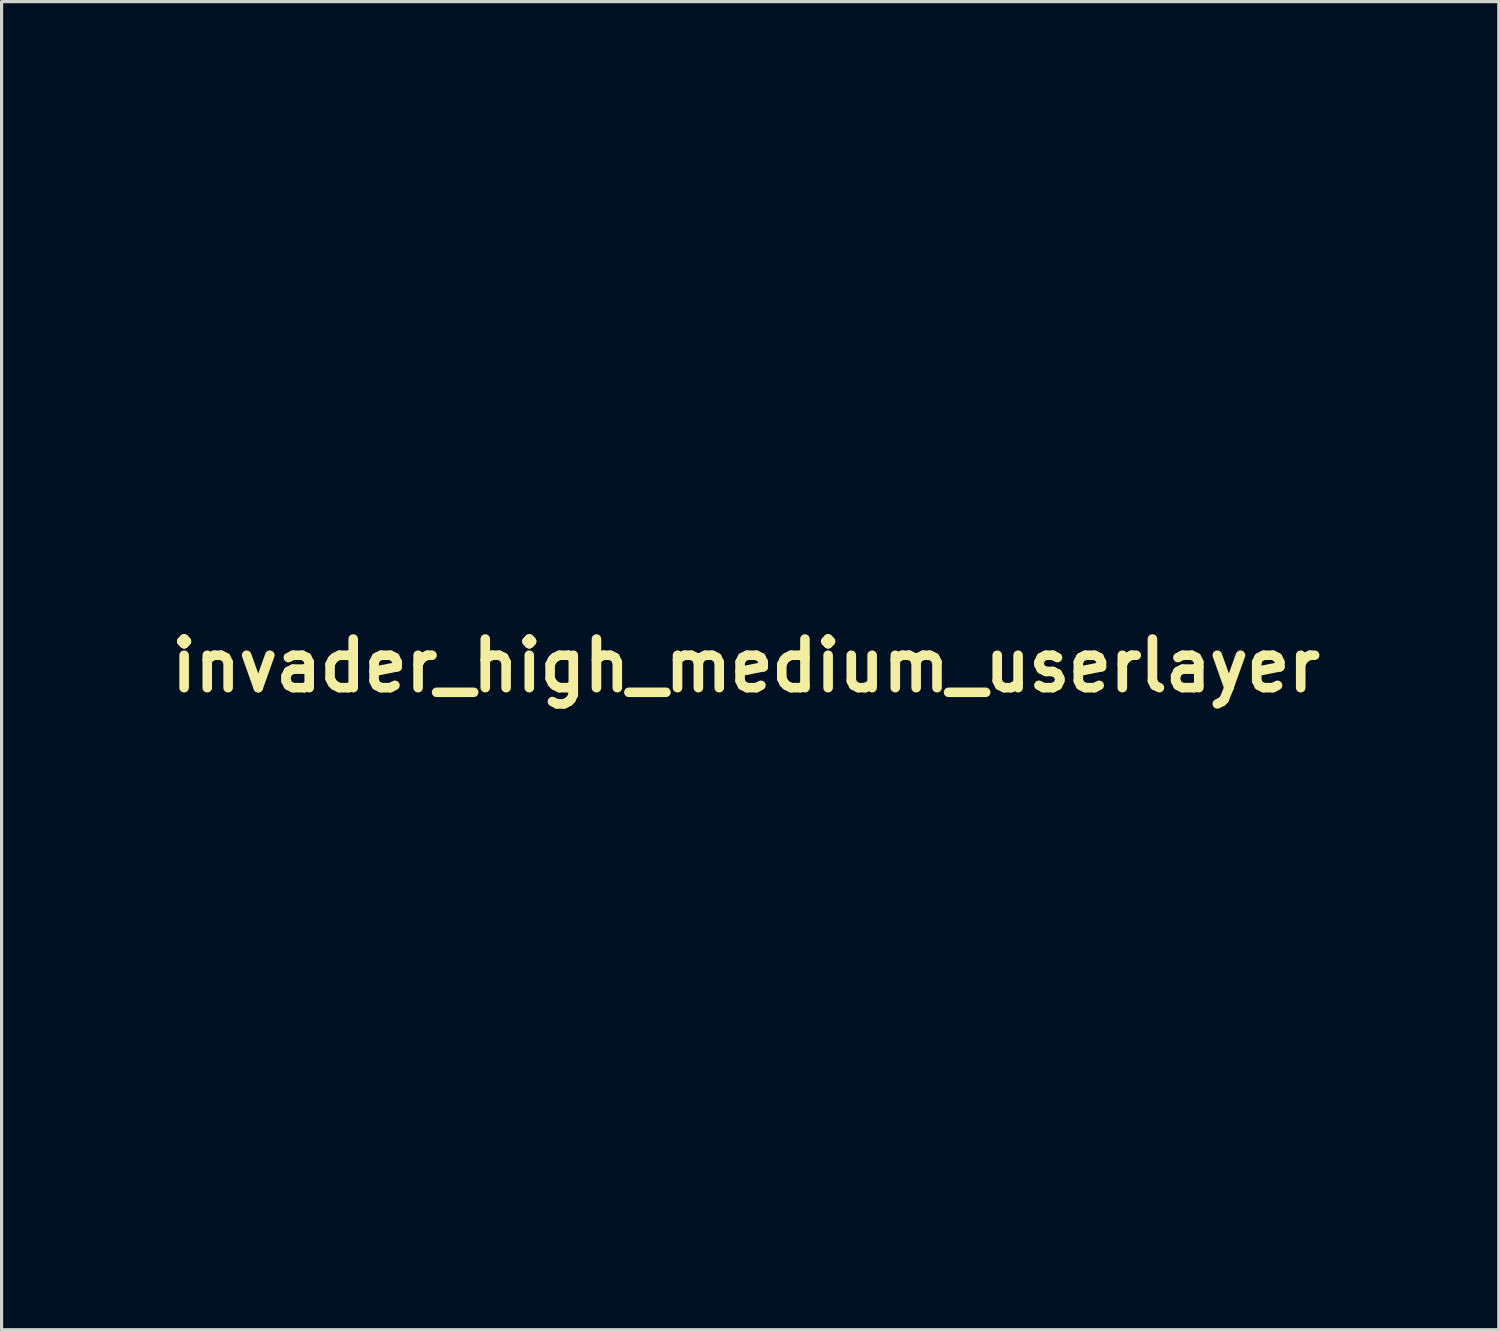
<source format=kicad_pcb>
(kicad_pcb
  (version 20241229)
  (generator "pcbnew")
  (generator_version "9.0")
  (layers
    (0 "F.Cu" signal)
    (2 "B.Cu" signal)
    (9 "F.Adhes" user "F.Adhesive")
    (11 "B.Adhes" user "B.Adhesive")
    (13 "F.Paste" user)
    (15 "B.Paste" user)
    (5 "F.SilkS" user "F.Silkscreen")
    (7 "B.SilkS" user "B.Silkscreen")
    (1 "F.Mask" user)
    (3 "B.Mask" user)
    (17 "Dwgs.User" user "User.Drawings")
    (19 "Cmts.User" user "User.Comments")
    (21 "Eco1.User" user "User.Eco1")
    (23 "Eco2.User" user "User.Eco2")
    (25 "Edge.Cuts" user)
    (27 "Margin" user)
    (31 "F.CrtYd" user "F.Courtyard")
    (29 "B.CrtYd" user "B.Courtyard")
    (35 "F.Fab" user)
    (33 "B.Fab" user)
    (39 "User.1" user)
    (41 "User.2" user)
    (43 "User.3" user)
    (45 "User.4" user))
  (footprint "invader_high_medium_userlayer"
    (layer "F.Cu")
    (at 20.316 17.803)
    (property "Reference" "invader_high_medium_userlayer" (at 0 0 0) (layer "F.SilkS") (effects (font (size 1.524 1.524) (thickness 0.3))))
    (attr board_only exclude_from_pos_files exclude_from_bom)
    (fp_poly (pts (xy -3.708 6.095) (xy -3.529 6.466) (xy -3.513 6.828) (xy -3.585 7.413) (xy -3.894 7.627) (xy -4.197 7.647) (xy -4.772 7.503) (xy -5.036 7.238) (xy -5.076 6.552) (xy -4.675 6.107) (xy -4.197 6.009)) (stroke (width 0.1) (type solid)) (fill no) (layer "Eco1.User"))
    (fp_poly (pts (xy -1.547 8.007) (xy -1.368 8.377) (xy -1.351 8.74) (xy -1.423 9.325) (xy -1.732 9.539) (xy -2.035 9.559) (xy -2.611 9.414) (xy -2.875 9.149) (xy -2.915 8.464) (xy -2.514 8.019) (xy -2.035 7.92)) (stroke (width 0.1) (type solid)) (fill no) (layer "Eco1.User"))
    (fp_poly (pts (xy 0.615 -7.561) (xy 0.794 -7.19) (xy 0.811 -6.828) (xy 0.738 -6.243) (xy 0.429 -6.029) (xy 0.127 -6.009) (xy -0.449 -6.153) (xy -0.713 -6.418) (xy -0.753 -7.104) (xy -0.352 -7.548) (xy 0.127 -7.647)) (stroke (width 0.1) (type solid)) (fill no) (layer "Eco1.User"))
    (fp_poly (pts (xy 2.92 8.144) (xy 3.102 8.585) (xy 3.107 8.74) (xy 2.989 9.265) (xy 2.53 9.485) (xy 2.363 9.509) (xy 1.693 9.431) (xy 1.456 9.168) (xy 1.392 8.468) (xy 1.763 8.042) (xy 2.363 7.97)) (stroke (width 0.1) (type solid)) (fill no) (layer "Eco1.User"))
    (fp_poly (pts (xy 2.942 -7.402) (xy 3.176 -6.888) (xy 3.193 -6.76) (xy 3.192 -6.236) (xy 2.918 -6.036) (xy 2.441 -6.009) (xy 1.765 -6.135) (xy 1.449 -6.418) (xy 1.393 -7.108) (xy 1.771 -7.528) (xy 2.363 -7.597)) (stroke (width 0.1) (type solid)) (fill no) (layer "Eco1.User"))
    (fp_poly (pts (xy -18.876 14.003) (xy -18.664 14.315) (xy -18.645 14.612) (xy -18.732 15.1) (xy -19.103 15.278) (xy -19.455 15.295) (xy -20.035 15.221) (xy -20.247 14.909) (xy -20.266 14.612) (xy -20.179 14.124) (xy -19.808 13.945) (xy -19.455 13.929)) (stroke (width 0.1) (type solid)) (fill no) (layer "Eco1.User"))
    (fp_poly (pts (xy -16.714 12.091) (xy -16.502 12.403) (xy -16.483 12.7) (xy -16.57 13.188) (xy -16.941 13.366) (xy -17.294 13.383) (xy -17.873 13.309) (xy -18.085 12.997) (xy -18.104 12.7) (xy -18.017 12.212) (xy -17.646 12.034) (xy -17.294 12.017)) (stroke (width 0.1) (type solid)) (fill no) (layer "Eco1.User"))
    (fp_poly (pts (xy -16.714 14.003) (xy -16.502 14.315) (xy -16.483 14.612) (xy -16.57 15.1) (xy -16.941 15.278) (xy -17.294 15.295) (xy -17.873 15.221) (xy -18.085 14.909) (xy -18.104 14.612) (xy -18.017 14.124) (xy -17.646 13.945) (xy -17.294 13.929)) (stroke (width 0.1) (type solid)) (fill no) (layer "Eco1.User"))
    (fp_poly (pts (xy -14.553 12.091) (xy -14.341 12.403) (xy -14.321 12.7) (xy -14.409 13.188) (xy -14.779 13.366) (xy -15.132 13.383) (xy -15.711 13.309) (xy -15.923 12.997) (xy -15.943 12.7) (xy -15.855 12.212) (xy -15.484 12.034) (xy -15.132 12.017)) (stroke (width 0.1) (type solid)) (fill no) (layer "Eco1.User"))
    (fp_poly (pts (xy -14.553 14.003) (xy -14.341 14.315) (xy -14.321 14.612) (xy -14.409 15.1) (xy -14.779 15.278) (xy -15.132 15.295) (xy -15.711 15.221) (xy -15.923 14.909) (xy -15.943 14.612) (xy -15.855 14.124) (xy -15.484 13.945) (xy -15.132 13.929)) (stroke (width 0.1) (type solid)) (fill no) (layer "Eco1.User"))
    (fp_poly (pts (xy -12.396 9.9) (xy -12.184 10.219) (xy -12.16 10.652) (xy -12.227 11.232) (xy -12.542 11.446) (xy -12.97 11.471) (xy -13.544 11.403) (xy -13.756 11.084) (xy -13.781 10.652) (xy -13.714 10.071) (xy -13.398 9.857) (xy -12.97 9.832)) (stroke (width 0.1) (type solid)) (fill no) (layer "Eco1.User"))
    (fp_poly (pts (xy -12.391 12.091) (xy -12.179 12.403) (xy -12.16 12.7) (xy -12.247 13.188) (xy -12.618 13.366) (xy -12.97 13.383) (xy -13.55 13.309) (xy -13.761 12.997) (xy -13.781 12.7) (xy -13.694 12.212) (xy -13.323 12.034) (xy -12.97 12.017)) (stroke (width 0.1) (type solid)) (fill no) (layer "Eco1.User"))
    (fp_poly (pts (xy -12.391 14.003) (xy -12.179 14.315) (xy -12.16 14.612) (xy -12.247 15.1) (xy -12.618 15.278) (xy -12.97 15.295) (xy -13.55 15.221) (xy -13.761 14.909) (xy -13.781 14.612) (xy -13.694 14.124) (xy -13.323 13.945) (xy -12.97 13.929)) (stroke (width 0.1) (type solid)) (fill no) (layer "Eco1.User"))
    (fp_poly (pts (xy -10.234 7.988) (xy -10.023 8.307) (xy -9.998 8.74) (xy -10.065 9.32) (xy -10.381 9.534) (xy -10.809 9.559) (xy -11.383 9.491) (xy -11.594 9.172) (xy -11.619 8.74) (xy -11.552 8.159) (xy -11.236 7.946) (xy -10.809 7.92)) (stroke (width 0.1) (type solid)) (fill no) (layer "Eco1.User"))
    (fp_poly (pts (xy -10.229 10.179) (xy -10.017 10.491) (xy -9.998 10.788) (xy -10.085 11.276) (xy -10.456 11.455) (xy -10.809 11.471) (xy -11.388 11.397) (xy -11.6 11.085) (xy -11.619 10.788) (xy -11.532 10.3) (xy -11.161 10.122) (xy -10.809 10.105)) (stroke (width 0.1) (type solid)) (fill no) (layer "Eco1.User"))
    (fp_poly (pts (xy -10.229 12.091) (xy -10.017 12.403) (xy -9.998 12.7) (xy -10.085 13.188) (xy -10.456 13.366) (xy -10.809 13.383) (xy -11.388 13.309) (xy -11.6 12.997) (xy -11.619 12.7) (xy -11.532 12.212) (xy -11.161 12.034) (xy -10.809 12.017)) (stroke (width 0.1) (type solid)) (fill no) (layer "Eco1.User"))
    (fp_poly (pts (xy -8.073 4.164) (xy -7.861 4.484) (xy -7.836 4.916) (xy -7.903 5.496) (xy -8.219 5.71) (xy -8.647 5.735) (xy -9.221 5.668) (xy -9.433 5.349) (xy -9.457 4.916) (xy -9.39 4.336) (xy -9.075 4.122) (xy -8.647 4.097)) (stroke (width 0.1) (type solid)) (fill no) (layer "Eco1.User"))
    (fp_poly (pts (xy -8.073 6.076) (xy -7.861 6.396) (xy -7.836 6.828) (xy -7.903 7.408) (xy -8.219 7.622) (xy -8.647 7.647) (xy -9.221 7.58) (xy -9.433 7.26) (xy -9.457 6.828) (xy -9.39 6.248) (xy -9.075 6.034) (xy -8.647 6.009)) (stroke (width 0.1) (type solid)) (fill no) (layer "Eco1.User"))
    (fp_poly (pts (xy -8.067 8.267) (xy -7.856 8.579) (xy -7.836 8.876) (xy -7.923 9.364) (xy -8.294 9.543) (xy -8.647 9.559) (xy -9.226 9.486) (xy -9.438 9.173) (xy -9.457 8.876) (xy -9.37 8.388) (xy -8.999 8.21) (xy -8.647 8.194)) (stroke (width 0.1) (type solid)) (fill no) (layer "Eco1.User"))
    (fp_poly (pts (xy -8.067 12.091) (xy -7.856 12.403) (xy -7.836 12.7) (xy -7.923 13.188) (xy -8.294 13.366) (xy -8.647 13.383) (xy -9.226 13.309) (xy -9.438 12.997) (xy -9.457 12.7) (xy -9.37 12.212) (xy -8.999 12.034) (xy -8.647 12.017)) (stroke (width 0.1) (type solid)) (fill no) (layer "Eco1.User"))
    (fp_poly (pts (xy -8.059 9.885) (xy -7.862 10.163) (xy -7.836 10.633) (xy -7.899 11.222) (xy -8.202 11.442) (xy -8.665 11.471) (xy -9.238 11.415) (xy -9.427 11.144) (xy -9.408 10.72) (xy -9.214 10.135) (xy -8.703 9.9) (xy -8.579 9.882)) (stroke (width 0.1) (type solid)) (fill no) (layer "Eco1.User"))
    (fp_poly (pts (xy -5.906 0.347) (xy -5.694 0.659) (xy -5.674 0.956) (xy -5.762 1.444) (xy -6.133 1.622) (xy -6.485 1.639) (xy -7.064 1.565) (xy -7.276 1.253) (xy -7.296 0.956) (xy -7.208 0.468) (xy -6.838 0.289) (xy -6.485 0.273)) (stroke (width 0.1) (type solid)) (fill no) (layer "Eco1.User"))
    (fp_poly (pts (xy -5.906 2.258) (xy -5.694 2.571) (xy -5.674 2.868) (xy -5.762 3.356) (xy -6.133 3.534) (xy -6.485 3.551) (xy -7.064 3.477) (xy -7.276 3.165) (xy -7.296 2.868) (xy -7.208 2.38) (xy -6.838 2.201) (xy -6.485 2.185)) (stroke (width 0.1) (type solid)) (fill no) (layer "Eco1.User"))
    (fp_poly (pts (xy -5.906 8.267) (xy -5.694 8.579) (xy -5.674 8.876) (xy -5.762 9.364) (xy -6.133 9.543) (xy -6.485 9.559) (xy -7.064 9.486) (xy -7.276 9.173) (xy -7.296 8.876) (xy -7.208 8.388) (xy -6.838 8.21) (xy -6.485 8.194)) (stroke (width 0.1) (type solid)) (fill no) (layer "Eco1.User"))
    (fp_poly (pts (xy -5.906 10.179) (xy -5.694 10.491) (xy -5.674 10.788) (xy -5.762 11.276) (xy -6.133 11.455) (xy -6.485 11.471) (xy -7.064 11.397) (xy -7.276 11.085) (xy -7.296 10.788) (xy -7.208 10.3) (xy -6.838 10.122) (xy -6.485 10.105)) (stroke (width 0.1) (type solid)) (fill no) (layer "Eco1.User"))
    (fp_poly (pts (xy -5.906 12.091) (xy -5.694 12.403) (xy -5.674 12.7) (xy -5.762 13.188) (xy -6.133 13.366) (xy -6.485 13.383) (xy -7.064 13.309) (xy -7.276 12.997) (xy -7.296 12.7) (xy -7.208 12.212) (xy -6.838 12.034) (xy -6.485 12.017)) (stroke (width 0.1) (type solid)) (fill no) (layer "Eco1.User"))
    (fp_poly (pts (xy -5.897 6.061) (xy -5.701 6.34) (xy -5.674 6.81) (xy -5.737 7.398) (xy -6.04 7.619) (xy -6.503 7.647) (xy -7.077 7.591) (xy -7.265 7.32) (xy -7.246 6.896) (xy -7.053 6.311) (xy -6.541 6.076) (xy -6.418 6.059)) (stroke (width 0.1) (type solid)) (fill no) (layer "Eco1.User"))
    (fp_poly (pts (xy -3.744 -1.565) (xy -3.532 -1.253) (xy -3.513 -0.956) (xy -3.6 -0.468) (xy -3.971 -0.289) (xy -4.323 -0.273) (xy -4.903 -0.347) (xy -5.115 -0.659) (xy -5.134 -0.956) (xy -5.047 -1.444) (xy -4.676 -1.622) (xy -4.323 -1.639)) (stroke (width 0.1) (type solid)) (fill no) (layer "Eco1.User"))
    (fp_poly (pts (xy -3.744 0.347) (xy -3.532 0.659) (xy -3.513 0.956) (xy -3.6 1.444) (xy -3.971 1.622) (xy -4.323 1.639) (xy -4.903 1.565) (xy -5.115 1.253) (xy -5.134 0.956) (xy -5.047 0.468) (xy -4.676 0.289) (xy -4.323 0.273)) (stroke (width 0.1) (type solid)) (fill no) (layer "Eco1.User"))
    (fp_poly (pts (xy -3.744 2.258) (xy -3.532 2.571) (xy -3.513 2.868) (xy -3.6 3.356) (xy -3.971 3.534) (xy -4.323 3.551) (xy -4.903 3.477) (xy -5.115 3.165) (xy -5.134 2.868) (xy -5.047 2.38) (xy -4.676 2.201) (xy -4.323 2.185)) (stroke (width 0.1) (type solid)) (fill no) (layer "Eco1.User"))
    (fp_poly (pts (xy -3.744 8.267) (xy -3.532 8.579) (xy -3.513 8.876) (xy -3.6 9.364) (xy -3.971 9.543) (xy -4.323 9.559) (xy -4.903 9.486) (xy -5.115 9.173) (xy -5.134 8.876) (xy -5.047 8.388) (xy -4.676 8.21) (xy -4.323 8.194)) (stroke (width 0.1) (type solid)) (fill no) (layer "Eco1.User"))
    (fp_poly (pts (xy -3.744 10.179) (xy -3.532 10.491) (xy -3.513 10.788) (xy -3.6 11.276) (xy -3.971 11.455) (xy -4.323 11.471) (xy -4.903 11.397) (xy -5.115 11.085) (xy -5.134 10.788) (xy -5.047 10.3) (xy -4.676 10.122) (xy -4.323 10.105)) (stroke (width 0.1) (type solid)) (fill no) (layer "Eco1.User"))
    (fp_poly (pts (xy -2.094 4.148) (xy -1.438 4.311) (xy -1.159 4.699) (xy -1.13 4.848) (xy -1.141 5.259) (xy -1.427 5.431) (xy -2.008 5.462) (xy -2.655 5.414) (xy -2.923 5.194) (xy -2.972 4.762) (xy -2.909 4.287) (xy -2.61 4.127)) (stroke (width 0.1) (type solid)) (fill no) (layer "Eco1.User"))
    (fp_poly (pts (xy -1.582 -5.389) (xy -1.37 -5.076) (xy -1.351 -4.78) (xy -1.438 -4.292) (xy -1.809 -4.113) (xy -2.162 -4.097) (xy -2.741 -4.17) (xy -2.953 -4.483) (xy -2.972 -4.78) (xy -2.885 -5.268) (xy -2.514 -5.446) (xy -2.162 -5.462)) (stroke (width 0.1) (type solid)) (fill no) (layer "Eco1.User"))
    (fp_poly (pts (xy -1.582 -3.477) (xy -1.37 -3.165) (xy -1.351 -2.868) (xy -1.438 -2.38) (xy -1.809 -2.201) (xy -2.162 -2.185) (xy -2.741 -2.258) (xy -2.953 -2.571) (xy -2.972 -2.868) (xy -2.885 -3.356) (xy -2.514 -3.534) (xy -2.162 -3.551)) (stroke (width 0.1) (type solid)) (fill no) (layer "Eco1.User"))
    (fp_poly (pts (xy -1.582 0.347) (xy -1.37 0.659) (xy -1.351 0.956) (xy -1.438 1.444) (xy -1.809 1.622) (xy -2.162 1.639) (xy -2.741 1.565) (xy -2.953 1.253) (xy -2.972 0.956) (xy -2.885 0.468) (xy -2.514 0.289) (xy -2.162 0.273)) (stroke (width 0.1) (type solid)) (fill no) (layer "Eco1.User"))
    (fp_poly (pts (xy -1.582 6.082) (xy -1.37 6.394) (xy -1.351 6.691) (xy -1.438 7.179) (xy -1.809 7.358) (xy -2.162 7.374) (xy -2.741 7.301) (xy -2.953 6.988) (xy -2.972 6.691) (xy -2.885 6.203) (xy -2.514 6.025) (xy -2.162 6.009)) (stroke (width 0.1) (type solid)) (fill no) (layer "Eco1.User"))
    (fp_poly (pts (xy -1.574 -7.595) (xy -1.377 -7.316) (xy -1.351 -6.846) (xy -1.414 -6.258) (xy -1.717 -6.037) (xy -2.18 -6.009) (xy -2.753 -6.065) (xy -2.942 -6.335) (xy -2.923 -6.76) (xy -2.729 -7.345) (xy -2.218 -7.58) (xy -2.094 -7.597)) (stroke (width 0.1) (type solid)) (fill no) (layer "Eco1.User"))
    (fp_poly (pts (xy -1.387 -1.588) (xy -1.125 -1.358) (xy -1.081 -0.956) (xy -1.152 -0.494) (xy -1.469 -0.305) (xy -2.027 -0.273) (xy -2.666 -0.324) (xy -2.928 -0.554) (xy -2.972 -0.956) (xy -2.902 -1.418) (xy -2.584 -1.607) (xy -2.027 -1.639)) (stroke (width 0.1) (type solid)) (fill no) (layer "Eco1.User"))
    (fp_poly (pts (xy -1.387 2.236) (xy -1.125 2.466) (xy -1.081 2.868) (xy -1.152 3.329) (xy -1.469 3.519) (xy -2.027 3.551) (xy -2.666 3.5) (xy -2.928 3.27) (xy -2.972 2.868) (xy -2.902 2.406) (xy -2.584 2.217) (xy -2.027 2.185)) (stroke (width 0.1) (type solid)) (fill no) (layer "Eco1.User"))
    (fp_poly (pts (xy 0.579 -3.477) (xy 0.791 -3.165) (xy 0.811 -2.868) (xy 0.723 -2.38) (xy 0.353 -2.201) (xy 0 -2.185) (xy -0.579 -2.258) (xy -0.791 -2.571) (xy -0.811 -2.868) (xy -0.723 -3.356) (xy -0.353 -3.534) (xy 0 -3.551)) (stroke (width 0.1) (type solid)) (fill no) (layer "Eco1.User"))
    (fp_poly (pts (xy 0.579 0.347) (xy 0.791 0.659) (xy 0.811 0.956) (xy 0.723 1.444) (xy 0.353 1.622) (xy 0 1.639) (xy -0.579 1.565) (xy -0.791 1.253) (xy -0.811 0.956) (xy -0.723 0.468) (xy -0.353 0.289) (xy 0 0.273)) (stroke (width 0.1) (type solid)) (fill no) (layer "Eco1.User"))
    (fp_poly (pts (xy 0.579 8.267) (xy 0.791 8.579) (xy 0.811 8.876) (xy 0.723 9.364) (xy 0.353 9.543) (xy 0 9.559) (xy -0.579 9.486) (xy -0.791 9.173) (xy -0.811 8.876) (xy -0.723 8.388) (xy -0.353 8.21) (xy 0 8.194)) (stroke (width 0.1) (type solid)) (fill no) (layer "Eco1.User"))
    (fp_poly (pts (xy 0.588 -5.683) (xy 0.784 -5.404) (xy 0.811 -4.934) (xy 0.748 -4.346) (xy 0.445 -4.125) (xy -0.018 -4.097) (xy -0.592 -4.153) (xy -0.78 -4.424) (xy -0.761 -4.848) (xy -0.568 -5.433) (xy -0.056 -5.668) (xy 0.068 -5.685)) (stroke (width 0.1) (type solid)) (fill no) (layer "Eco1.User"))
    (fp_poly (pts (xy 0.649 -1.526) (xy 0.808 -1.082) (xy 0.811 -0.956) (xy 0.699 -0.436) (xy 0.26 -0.276) (xy 0.135 -0.273) (xy -0.379 -0.386) (xy -0.538 -0.83) (xy -0.54 -0.956) (xy -0.429 -1.476) (xy 0.011 -1.636) (xy 0.135 -1.639)) (stroke (width 0.1) (type solid)) (fill no) (layer "Eco1.User"))
    (fp_poly (pts (xy 0.649 2.298) (xy 0.808 2.742) (xy 0.811 2.868) (xy 0.699 3.387) (xy 0.26 3.548) (xy 0.135 3.551) (xy -0.379 3.438) (xy -0.538 2.994) (xy -0.54 2.868) (xy -0.429 2.348) (xy 0.011 2.188) (xy 0.135 2.185)) (stroke (width 0.1) (type solid)) (fill no) (layer "Eco1.User"))
    (fp_poly (pts (xy 0.746 -9.326) (xy 1.003 -8.96) (xy 1.032 -8.808) (xy 1.022 -8.4) (xy 0.741 -8.227) (xy 0.135 -8.194) (xy -0.512 -8.236) (xy -0.762 -8.426) (xy -0.762 -8.808) (xy -0.57 -9.261) (xy -0.067 -9.417) (xy 0.135 -9.423)) (stroke (width 0.1) (type solid)) (fill no) (layer "Eco1.User"))
    (fp_poly (pts (xy 0.775 -17.155) (xy 1.037 -16.926) (xy 1.081 -16.524) (xy 1.01 -16.062) (xy 0.692 -15.873) (xy 0.135 -15.841) (xy -0.504 -15.892) (xy -0.766 -16.121) (xy -0.811 -16.524) (xy -0.74 -16.985) (xy -0.422 -17.174) (xy 0.135 -17.206)) (stroke (width 0.1) (type solid)) (fill no) (layer "Eco1.User"))
    (fp_poly (pts (xy 0.775 -15.244) (xy 1.037 -15.014) (xy 1.081 -14.612) (xy 1.01 -14.15) (xy 0.692 -13.961) (xy 0.135 -13.929) (xy -0.504 -13.98) (xy -0.766 -14.21) (xy -0.811 -14.612) (xy -0.74 -15.074) (xy -0.422 -15.263) (xy 0.135 -15.295)) (stroke (width 0.1) (type solid)) (fill no) (layer "Eco1.User"))
    (fp_poly (pts (xy 0.775 -13.332) (xy 1.037 -13.102) (xy 1.081 -12.7) (xy 1.01 -12.238) (xy 0.692 -12.049) (xy 0.135 -12.017) (xy -0.504 -12.068) (xy -0.766 -12.298) (xy -0.811 -12.7) (xy -0.74 -13.162) (xy -0.422 -13.351) (xy 0.135 -13.383)) (stroke (width 0.1) (type solid)) (fill no) (layer "Eco1.User"))
    (fp_poly (pts (xy 2.936 -5.411) (xy 3.198 -5.182) (xy 3.243 -4.78) (xy 3.172 -4.318) (xy 2.854 -4.129) (xy 2.297 -4.097) (xy 1.657 -4.148) (xy 1.395 -4.377) (xy 1.351 -4.78) (xy 1.422 -5.241) (xy 1.74 -5.43) (xy 2.297 -5.462)) (stroke (width 0.1) (type solid)) (fill no) (layer "Eco1.User"))
    (fp_poly (pts (xy 2.936 -3.5) (xy 3.198 -3.27) (xy 3.243 -2.868) (xy 3.172 -2.406) (xy 2.854 -2.217) (xy 2.297 -2.185) (xy 1.657 -2.236) (xy 1.395 -2.466) (xy 1.351 -2.868) (xy 1.422 -3.329) (xy 1.74 -3.519) (xy 2.297 -3.551)) (stroke (width 0.1) (type solid)) (fill no) (layer "Eco1.User"))
    (fp_poly (pts (xy 2.936 -1.588) (xy 3.198 -1.358) (xy 3.243 -0.956) (xy 3.172 -0.494) (xy 2.854 -0.305) (xy 2.297 -0.273) (xy 1.657 -0.324) (xy 1.395 -0.554) (xy 1.351 -0.956) (xy 1.422 -1.418) (xy 1.74 -1.607) (xy 2.297 -1.639)) (stroke (width 0.1) (type solid)) (fill no) (layer "Eco1.User"))
    (fp_poly (pts (xy 2.936 0.324) (xy 3.198 0.554) (xy 3.243 0.956) (xy 3.172 1.418) (xy 2.854 1.607) (xy 2.297 1.639) (xy 1.657 1.588) (xy 1.395 1.358) (xy 1.351 0.956) (xy 1.422 0.494) (xy 1.74 0.305) (xy 2.297 0.273)) (stroke (width 0.1) (type solid)) (fill no) (layer "Eco1.User"))
    (fp_poly (pts (xy 2.936 2.236) (xy 3.198 2.466) (xy 3.243 2.868) (xy 3.172 3.329) (xy 2.854 3.519) (xy 2.297 3.551) (xy 1.657 3.5) (xy 1.395 3.27) (xy 1.351 2.868) (xy 1.422 2.406) (xy 1.74 2.217) (xy 2.297 2.185)) (stroke (width 0.1) (type solid)) (fill no) (layer "Eco1.User"))
    (fp_poly (pts (xy 3.206 4.354) (xy 3.243 4.762) (xy 3.177 5.232) (xy 2.873 5.427) (xy 2.278 5.462) (xy 1.639 5.418) (xy 1.397 5.221) (xy 1.4 4.848) (xy 1.607 4.384) (xy 2.153 4.174) (xy 2.364 4.148) (xy 2.968 4.139)) (stroke (width 0.1) (type solid)) (fill no) (layer "Eco1.User"))
    (fp_poly (pts (xy 3.206 6.266) (xy 3.243 6.674) (xy 3.177 7.144) (xy 2.873 7.338) (xy 2.278 7.374) (xy 1.639 7.33) (xy 1.397 7.133) (xy 1.4 6.76) (xy 1.607 6.296) (xy 2.153 6.086) (xy 2.364 6.06) (xy 2.968 6.051)) (stroke (width 0.1) (type solid)) (fill no) (layer "Eco1.User"))
    (fp_poly (pts (xy 4.526 6.059) (xy 5.083 6.233) (xy 5.264 6.676) (xy 5.269 6.828) (xy 5.15 7.353) (xy 4.691 7.573) (xy 4.526 7.597) (xy 4.009 7.596) (xy 3.811 7.324) (xy 3.783 6.828) (xy 3.836 6.239) (xy 4.093 6.041)) (stroke (width 0.1) (type solid)) (fill no) (layer "Eco1.User"))
    (fp_poly (pts (xy 5.173 -1.565) (xy 5.385 -1.253) (xy 5.404 -0.956) (xy 5.317 -0.468) (xy 4.946 -0.289) (xy 4.594 -0.273) (xy 4.014 -0.347) (xy 3.802 -0.659) (xy 3.783 -0.956) (xy 3.87 -1.444) (xy 4.241 -1.622) (xy 4.594 -1.639)) (stroke (width 0.1) (type solid)) (fill no) (layer "Eco1.User"))
    (fp_poly (pts (xy 5.173 0.347) (xy 5.385 0.659) (xy 5.404 0.956) (xy 5.317 1.444) (xy 4.946 1.622) (xy 4.594 1.639) (xy 4.014 1.565) (xy 3.802 1.253) (xy 3.783 0.956) (xy 3.87 0.468) (xy 4.241 0.289) (xy 4.594 0.273)) (stroke (width 0.1) (type solid)) (fill no) (layer "Eco1.User"))
    (fp_poly (pts (xy 5.173 2.258) (xy 5.385 2.571) (xy 5.404 2.868) (xy 5.317 3.356) (xy 4.946 3.534) (xy 4.594 3.551) (xy 4.014 3.477) (xy 3.802 3.165) (xy 3.783 2.868) (xy 3.87 2.38) (xy 4.241 2.201) (xy 4.594 2.185)) (stroke (width 0.1) (type solid)) (fill no) (layer "Eco1.User"))
    (fp_poly (pts (xy 5.173 8.267) (xy 5.385 8.579) (xy 5.404 8.876) (xy 5.317 9.364) (xy 4.946 9.543) (xy 4.594 9.559) (xy 4.014 9.486) (xy 3.802 9.173) (xy 3.783 8.876) (xy 3.87 8.388) (xy 4.241 8.21) (xy 4.594 8.194)) (stroke (width 0.1) (type solid)) (fill no) (layer "Eco1.User"))
    (fp_poly (pts (xy 5.173 10.179) (xy 5.385 10.491) (xy 5.404 10.788) (xy 5.317 11.276) (xy 4.946 11.455) (xy 4.594 11.471) (xy 4.014 11.397) (xy 3.802 11.085) (xy 3.783 10.788) (xy 3.87 10.3) (xy 4.241 10.122) (xy 4.594 10.105)) (stroke (width 0.1) (type solid)) (fill no) (layer "Eco1.User"))
    (fp_poly (pts (xy 6.688 6.059) (xy 7.267 6.254) (xy 7.499 6.771) (xy 7.516 6.896) (xy 7.514 7.422) (xy 7.238 7.621) (xy 6.773 7.647) (xy 6.191 7.584) (xy 5.973 7.277) (xy 5.945 6.81) (xy 6 6.23) (xy 6.268 6.04)) (stroke (width 0.1) (type solid)) (fill no) (layer "Eco1.User"))
    (fp_poly (pts (xy 7.335 0.347) (xy 7.547 0.659) (xy 7.566 0.956) (xy 7.479 1.444) (xy 7.108 1.622) (xy 6.755 1.639) (xy 6.176 1.565) (xy 5.964 1.253) (xy 5.945 0.956) (xy 6.032 0.468) (xy 6.403 0.289) (xy 6.755 0.273)) (stroke (width 0.1) (type solid)) (fill no) (layer "Eco1.User"))
    (fp_poly (pts (xy 7.335 2.258) (xy 7.547 2.571) (xy 7.566 2.868) (xy 7.479 3.356) (xy 7.108 3.534) (xy 6.755 3.551) (xy 6.176 3.477) (xy 5.964 3.165) (xy 5.945 2.868) (xy 6.032 2.38) (xy 6.403 2.201) (xy 6.755 2.185)) (stroke (width 0.1) (type solid)) (fill no) (layer "Eco1.User"))
    (fp_poly (pts (xy 7.335 8.267) (xy 7.547 8.579) (xy 7.566 8.876) (xy 7.479 9.364) (xy 7.108 9.543) (xy 6.755 9.559) (xy 6.176 9.486) (xy 5.964 9.173) (xy 5.945 8.876) (xy 6.032 8.388) (xy 6.403 8.21) (xy 6.755 8.194)) (stroke (width 0.1) (type solid)) (fill no) (layer "Eco1.User"))
    (fp_poly (pts (xy 7.335 10.179) (xy 7.547 10.491) (xy 7.566 10.788) (xy 7.479 11.276) (xy 7.108 11.455) (xy 6.755 11.471) (xy 6.176 11.397) (xy 5.964 11.085) (xy 5.945 10.788) (xy 6.032 10.3) (xy 6.403 10.122) (xy 6.755 10.105)) (stroke (width 0.1) (type solid)) (fill no) (layer "Eco1.User"))
    (fp_poly (pts (xy 7.335 12.091) (xy 7.547 12.403) (xy 7.566 12.7) (xy 7.479 13.188) (xy 7.108 13.366) (xy 6.755 13.383) (xy 6.176 13.309) (xy 5.964 12.997) (xy 5.945 12.7) (xy 6.032 12.212) (xy 6.403 12.034) (xy 6.755 12.017)) (stroke (width 0.1) (type solid)) (fill no) (layer "Eco1.User"))
    (fp_poly (pts (xy 7.347 4.153) (xy 7.535 4.424) (xy 7.516 4.848) (xy 7.323 5.433) (xy 6.812 5.668) (xy 6.688 5.685) (xy 6.168 5.683) (xy 5.971 5.404) (xy 5.945 4.934) (xy 6.007 4.346) (xy 6.311 4.125) (xy 6.773 4.097)) (stroke (width 0.1) (type solid)) (fill no) (layer "Eco1.User"))
    (fp_poly (pts (xy 8.849 9.882) (xy 9.428 10.078) (xy 9.661 10.595) (xy 9.678 10.72) (xy 9.676 11.246) (xy 9.4 11.444) (xy 8.935 11.471) (xy 8.353 11.407) (xy 8.135 11.101) (xy 8.106 10.633) (xy 8.162 10.054) (xy 8.43 9.863)) (stroke (width 0.1) (type solid)) (fill no) (layer "Eco1.User"))
    (fp_poly (pts (xy 9.491 4.164) (xy 9.703 4.484) (xy 9.728 4.916) (xy 9.661 5.496) (xy 9.345 5.71) (xy 8.917 5.735) (xy 8.343 5.668) (xy 8.131 5.349) (xy 8.106 4.916) (xy 8.173 4.336) (xy 8.489 4.122) (xy 8.917 4.097)) (stroke (width 0.1) (type solid)) (fill no) (layer "Eco1.User"))
    (fp_poly (pts (xy 9.491 6.076) (xy 9.703 6.396) (xy 9.728 6.828) (xy 9.661 7.408) (xy 9.345 7.622) (xy 8.917 7.647) (xy 8.343 7.58) (xy 8.131 7.26) (xy 8.106 6.828) (xy 8.173 6.248) (xy 8.489 6.034) (xy 8.917 6.009)) (stroke (width 0.1) (type solid)) (fill no) (layer "Eco1.User"))
    (fp_poly (pts (xy 9.496 8.267) (xy 9.708 8.579) (xy 9.728 8.876) (xy 9.64 9.364) (xy 9.27 9.543) (xy 8.917 9.559) (xy 8.338 9.486) (xy 8.126 9.173) (xy 8.106 8.876) (xy 8.194 8.388) (xy 8.565 8.21) (xy 8.917 8.194)) (stroke (width 0.1) (type solid)) (fill no) (layer "Eco1.User"))
    (fp_poly (pts (xy 9.496 12.091) (xy 9.708 12.403) (xy 9.728 12.7) (xy 9.64 13.188) (xy 9.27 13.366) (xy 8.917 13.383) (xy 8.338 13.309) (xy 8.126 12.997) (xy 8.106 12.7) (xy 8.194 12.212) (xy 8.565 12.034) (xy 8.917 12.017)) (stroke (width 0.1) (type solid)) (fill no) (layer "Eco1.User"))
    (fp_poly (pts (xy 11.653 7.988) (xy 11.865 8.307) (xy 11.889 8.74) (xy 11.822 9.32) (xy 11.507 9.534) (xy 11.079 9.559) (xy 10.505 9.491) (xy 10.293 9.172) (xy 10.268 8.74) (xy 10.335 8.159) (xy 10.651 7.946) (xy 11.079 7.92)) (stroke (width 0.1) (type solid)) (fill no) (layer "Eco1.User"))
    (fp_poly (pts (xy 11.658 10.179) (xy 11.87 10.491) (xy 11.889 10.788) (xy 11.802 11.276) (xy 11.431 11.455) (xy 11.079 11.471) (xy 10.499 11.397) (xy 10.287 11.085) (xy 10.268 10.788) (xy 10.355 10.3) (xy 10.726 10.122) (xy 11.079 10.105)) (stroke (width 0.1) (type solid)) (fill no) (layer "Eco1.User"))
    (fp_poly (pts (xy 11.658 12.091) (xy 11.87 12.403) (xy 11.889 12.7) (xy 11.802 13.188) (xy 11.431 13.366) (xy 11.079 13.383) (xy 10.499 13.309) (xy 10.287 12.997) (xy 10.268 12.7) (xy 10.355 12.212) (xy 10.726 12.034) (xy 11.079 12.017)) (stroke (width 0.1) (type solid)) (fill no) (layer "Eco1.User"))
    (fp_poly (pts (xy 13.815 9.9) (xy 14.026 10.219) (xy 14.051 10.652) (xy 13.984 11.232) (xy 13.668 11.446) (xy 13.24 11.471) (xy 12.666 11.403) (xy 12.455 11.084) (xy 12.43 10.652) (xy 12.497 10.071) (xy 12.813 9.857) (xy 13.24 9.832)) (stroke (width 0.1) (type solid)) (fill no) (layer "Eco1.User"))
    (fp_poly (pts (xy 13.82 12.091) (xy 14.032 12.403) (xy 14.051 12.7) (xy 13.964 13.188) (xy 13.593 13.366) (xy 13.24 13.383) (xy 12.661 13.309) (xy 12.449 12.997) (xy 12.43 12.7) (xy 12.517 12.212) (xy 12.888 12.034) (xy 13.24 12.017)) (stroke (width 0.1) (type solid)) (fill no) (layer "Eco1.User"))
    (fp_poly (pts (xy 13.82 14.003) (xy 14.032 14.315) (xy 14.051 14.612) (xy 13.964 15.1) (xy 13.593 15.278) (xy 13.24 15.295) (xy 12.661 15.221) (xy 12.449 14.909) (xy 12.43 14.612) (xy 12.517 14.124) (xy 12.888 13.945) (xy 13.24 13.929)) (stroke (width 0.1) (type solid)) (fill no) (layer "Eco1.User"))
    (fp_poly (pts (xy 15.981 12.091) (xy 16.193 12.403) (xy 16.213 12.7) (xy 16.126 13.188) (xy 15.755 13.366) (xy 15.402 13.383) (xy 14.823 13.309) (xy 14.611 12.997) (xy 14.591 12.7) (xy 14.679 12.212) (xy 15.05 12.034) (xy 15.402 12.017)) (stroke (width 0.1) (type solid)) (fill no) (layer "Eco1.User"))
    (fp_poly (pts (xy 15.981 14.003) (xy 16.193 14.315) (xy 16.213 14.612) (xy 16.126 15.1) (xy 15.755 15.278) (xy 15.402 15.295) (xy 14.823 15.221) (xy 14.611 14.909) (xy 14.591 14.612) (xy 14.679 14.124) (xy 15.05 13.945) (xy 15.402 13.929)) (stroke (width 0.1) (type solid)) (fill no) (layer "Eco1.User"))
    (fp_poly (pts (xy 18.143 12.091) (xy 18.355 12.403) (xy 18.374 12.7) (xy 18.287 13.188) (xy 17.916 13.366) (xy 17.564 13.383) (xy 16.984 13.309) (xy 16.773 12.997) (xy 16.753 12.7) (xy 16.84 12.212) (xy 17.211 12.034) (xy 17.564 12.017)) (stroke (width 0.1) (type solid)) (fill no) (layer "Eco1.User"))
    (fp_poly (pts (xy 18.143 14.003) (xy 18.355 14.315) (xy 18.374 14.612) (xy 18.287 15.1) (xy 17.916 15.278) (xy 17.564 15.295) (xy 16.984 15.221) (xy 16.773 14.909) (xy 16.753 14.612) (xy 16.84 14.124) (xy 17.211 13.945) (xy 17.564 13.929)) (stroke (width 0.1) (type solid)) (fill no) (layer "Eco1.User"))
    (fp_poly (pts (xy 20.305 14.003) (xy 20.517 14.315) (xy 20.536 14.612) (xy 20.449 15.1) (xy 20.078 15.278) (xy 19.726 15.295) (xy 19.146 15.221) (xy 18.934 14.909) (xy 18.915 14.612) (xy 19.002 14.124) (xy 19.373 13.945) (xy 19.726 13.929)) (stroke (width 0.1) (type solid)) (fill no) (layer "Eco1.User"))
    (fp_poly (pts (xy -5.911 4.164) (xy -5.699 4.484) (xy -5.674 4.916) (xy -5.75 5.505) (xy -6.059 5.719) (xy -6.305 5.735) (xy -6.872 5.665) (xy -7.116 5.553) (xy -7.258 5.163) (xy -7.296 4.734) (xy -7.198 4.276) (xy -6.801 4.11) (xy -6.485 4.097)) (stroke (width 0.1) (type solid)) (fill no) (layer "Eco1.User"))
    (fp_poly (pts (xy 0.574 6.076) (xy 0.786 6.396) (xy 0.811 6.828) (xy 0.735 7.417) (xy 0.426 7.631) (xy 0.18 7.647) (xy -0.387 7.577) (xy -0.63 7.465) (xy -0.773 7.074) (xy -0.811 6.646) (xy -0.713 6.188) (xy -0.316 6.022) (xy 0 6.009)) (stroke (width 0.1) (type solid)) (fill no) (layer "Eco1.User"))
    (fp_poly (pts (xy -1.434 10.052) (xy -1.184 10.406) (xy -1.13 10.72) (xy -1.123 11.217) (xy -1.353 11.426) (xy -1.965 11.471) (xy -2.027 11.471) (xy -2.672 11.433) (xy -2.924 11.24) (xy -2.928 10.767) (xy -2.923 10.72) (xy -2.771 10.18) (xy -2.367 9.985) (xy -2.027 9.969)) (stroke (width 0.1) (type solid)) (fill no) (layer "Eco1.User"))
    (fp_poly (pts (xy 0.79 -11.432) (xy 1.035 -11.231) (xy 1.034 -10.742) (xy 1.031 -10.72) (xy 0.83 -10.127) (xy 0.317 -9.895) (xy 0.26 -9.888) (xy -0.33 -9.895) (xy -0.618 -10.002) (xy -0.77 -10.404) (xy -0.811 -10.834) (xy -0.733 -11.263) (xy -0.397 -11.441) (xy 0.153 -11.471)) (stroke (width 0.1) (type solid)) (fill no) (layer "Eco1.User"))
    (fp_poly (pts (xy 2.889 10.052) (xy 3.14 10.406) (xy 3.193 10.72) (xy 3.201 11.217) (xy 2.971 11.426) (xy 2.358 11.471) (xy 2.297 11.471) (xy 1.652 11.433) (xy 1.4 11.24) (xy 1.395 10.767) (xy 1.401 10.72) (xy 1.552 10.18) (xy 1.956 9.985) (xy 2.297 9.969)) (stroke (width 0.1) (type solid)) (fill no) (layer "Eco1.User"))
    (fp_poly (pts (xy 0.752 11.541) (xy 1.174 11.806) (xy 1.436 12.349) (xy 1.573 13.251) (xy 1.62 14.595) (xy 1.621 15.002) (xy 1.621 17.753) (xy -1.351 17.753) (xy -1.351 16.524) (xy -0.811 16.524) (xy -0.74 16.985) (xy -0.422 17.174) (xy 0.135 17.206) (xy 0.775 17.155) (xy 1.037 16.926) (xy 1.081 16.524) (xy 1.01 16.062) (xy 0.692 15.873) (xy 0.135 15.841) (xy -0.504 15.892) (xy -0.766 16.121) (xy -0.811 16.524) (xy -1.351 16.524) (xy -1.351 15.002) (xy -1.343 14.612) (xy -0.811 14.612) (xy -0.74 15.074) (xy -0.422 15.263) (xy 0.135 15.295) (xy 0.775 15.244) (xy 1.037 15.014) (xy 1.081 14.612) (xy 1.01 14.15) (xy 0.692 13.961) (xy 0.135 13.929) (xy -0.504 13.98) (xy -0.766 14.21) (xy -0.811 14.612) (xy -1.343 14.612) (xy -1.322 13.537) (xy -1.228 12.7) (xy -0.811 12.7) (xy -0.74 13.162) (xy -0.422 13.351) (xy 0.135 13.383) (xy 0.775 13.332) (xy 1.037 13.102) (xy 1.081 12.7) (xy 1.01 12.238) (xy 0.692 12.049) (xy 0.135 12.017) (xy -0.504 12.068) (xy -0.766 12.298) (xy -0.811 12.7) (xy -1.228 12.7) (xy -1.21 12.534) (xy -0.981 11.911) (xy -0.602 11.585) (xy -0.036 11.475) (xy 0.135 11.471)) (stroke (width 0.1) (type solid)) (fill no) (layer "Eco1.User"))
    (fp_poly (pts (xy 10.268 -16.797) (xy 10.301 -16.185) (xy 10.503 -15.913) (xy 11.03 -15.843) (xy 11.349 -15.841) (xy 12.43 -15.841) (xy 12.43 -7.647) (xy 10.268 -7.647) (xy 10.268 -3.551) (xy 8.106 -3.551) (xy 8.106 -1.912) (xy 8.065 -1.039) (xy 7.958 -0.447) (xy 7.836 -0.273) (xy 7.633 -0.507) (xy 7.566 -0.956) (xy 7.458 -1.471) (xy 7.029 -1.634) (xy 6.871 -1.639) (xy 6.047 -1.856) (xy 5.524 -2.432) (xy 5.43 -2.868) (xy 5.945 -2.868) (xy 6.032 -2.38) (xy 6.403 -2.201) (xy 6.755 -2.185) (xy 7.335 -2.258) (xy 7.547 -2.571) (xy 7.566 -2.868) (xy 7.479 -3.356) (xy 7.108 -3.534) (xy 6.755 -3.551) (xy 6.176 -3.477) (xy 5.964 -3.165) (xy 5.945 -2.868) (xy 5.43 -2.868) (xy 5.404 -2.985) (xy 5.285 -3.397) (xy 4.831 -3.543) (xy 4.594 -3.551) (xy 4.024 -3.63) (xy 3.783 -3.82) (xy 3.783 -3.824) (xy 4.018 -4.014) (xy 4.587 -4.097) (xy 4.612 -4.097) (xy 5.185 -4.153) (xy 5.374 -4.424) (xy 5.363 -4.654) (xy 5.722 -4.654) (xy 6.121 -4.219) (xy 6.765 -4.097) (xy 7.343 -4.152) (xy 7.535 -4.417) (xy 7.516 -4.848) (xy 7.494 -4.916) (xy 8.106 -4.916) (xy 8.173 -4.336) (xy 8.489 -4.122) (xy 8.917 -4.097) (xy 9.491 -4.164) (xy 9.703 -4.484) (xy 9.728 -4.916) (xy 9.661 -5.496) (xy 9.345 -5.71) (xy 8.917 -5.735) (xy 8.343 -5.668) (xy 8.131 -5.349) (xy 8.106 -4.916) (xy 7.494 -4.916) (xy 7.323 -5.432) (xy 6.813 -5.668) (xy 6.686 -5.685) (xy 6.016 -5.608) (xy 5.779 -5.344) (xy 5.722 -4.654) (xy 5.363 -4.654) (xy 5.355 -4.847) (xy 5.158 -5.431) (xy 4.636 -5.717) (xy 4.459 -5.758) (xy 3.648 -5.919) (xy 4.459 -6.032) (xy 5.101 -6.255) (xy 5.353 -6.745) (xy 5.356 -6.761) (xy 5.359 -6.99) (xy 5.698 -6.99) (xy 5.779 -6.4) (xy 6.173 -6.078) (xy 6.686 -6.059) (xy 7.266 -6.254) (xy 7.499 -6.768) (xy 7.507 -6.828) (xy 8.106 -6.828) (xy 8.173 -6.248) (xy 8.489 -6.034) (xy 8.917 -6.009) (xy 9.491 -6.076) (xy 9.703 -6.396) (xy 9.728 -6.828) (xy 9.661 -7.408) (xy 9.345 -7.622) (xy 8.917 -7.647) (xy 8.343 -7.58) (xy 8.131 -7.26) (xy 8.106 -6.828) (xy 7.507 -6.828) (xy 7.516 -6.896) (xy 7.515 -7.42) (xy 7.242 -7.62) (xy 6.765 -7.647) (xy 6.024 -7.472) (xy 5.698 -6.99) (xy 5.359 -6.99) (xy 5.361 -7.164) (xy 5.154 -7.42) (xy 4.615 -7.617) (xy 4.004 -7.762) (xy 3.416 -8.056) (xy 3.193 -8.671) (xy 3.124 -8.876) (xy 3.783 -8.876) (xy 3.87 -8.388) (xy 4.241 -8.21) (xy 4.594 -8.194) (xy 5.173 -8.267) (xy 5.385 -8.579) (xy 5.4 -8.808) (xy 5.723 -8.808) (xy 5.735 -8.397) (xy 6.021 -8.225) (xy 6.601 -8.194) (xy 7.248 -8.241) (xy 7.517 -8.462) (xy 7.564 -8.876) (xy 8.106 -8.876) (xy 8.194 -8.388) (xy 8.565 -8.21) (xy 8.917 -8.194) (xy 9.496 -8.267) (xy 9.708 -8.579) (xy 9.719 -8.74) (xy 10.268 -8.74) (xy 10.335 -8.159) (xy 10.651 -7.946) (xy 11.079 -7.92) (xy 11.653 -7.988) (xy 11.865 -8.307) (xy 11.889 -8.74) (xy 11.822 -9.32) (xy 11.507 -9.534) (xy 11.079 -9.559) (xy 10.505 -9.491) (xy 10.293 -9.172) (xy 10.268 -8.74) (xy 9.719 -8.74) (xy 9.728 -8.876) (xy 9.64 -9.364) (xy 9.27 -9.543) (xy 8.917 -9.559) (xy 8.338 -9.486) (xy 8.126 -9.173) (xy 8.106 -8.876) (xy 7.564 -8.876) (xy 7.566 -8.894) (xy 7.503 -9.369) (xy 7.204 -9.529) (xy 6.688 -9.508) (xy 6.031 -9.345) (xy 5.752 -8.957) (xy 5.723 -8.808) (xy 5.4 -8.808) (xy 5.404 -8.876) (xy 5.317 -9.364) (xy 4.946 -9.543) (xy 4.594 -9.559) (xy 4.014 -9.486) (xy 3.802 -9.173) (xy 3.783 -8.876) (xy 3.124 -8.876) (xy 2.996 -9.255) (xy 2.474 -9.541) (xy 2.297 -9.581) (xy 1.486 -9.742) (xy 2.297 -9.856) (xy 2.906 -10.048) (xy 3.159 -10.503) (xy 3.193 -10.72) (xy 3.191 -11.246) (xy 2.915 -11.444) (xy 2.45 -11.471) (xy 1.873 -11.553) (xy 1.622 -11.752) (xy 1.621 -11.761) (xy 1.862 -11.934) (xy 2.482 -11.975) (xy 2.635 -11.965) (xy 3.308 -11.861) (xy 3.615 -11.597) (xy 3.73 -11.021) (xy 3.733 -10.993) (xy 3.817 -10.105) (xy 7.566 -10.105) (xy 7.566 -10.652) (xy 8.106 -10.652) (xy 8.173 -10.071) (xy 8.489 -9.857) (xy 8.917 -9.832) (xy 9.491 -9.9) (xy 9.703 -10.219) (xy 9.728 -10.652) (xy 9.712 -10.788) (xy 10.268 -10.788) (xy 10.355 -10.3) (xy 10.726 -10.122) (xy 11.079 -10.105) (xy 11.658 -10.179) (xy 11.87 -10.491) (xy 11.889 -10.788) (xy 11.802 -11.276) (xy 11.431 -11.455) (xy 11.079 -11.471) (xy 10.499 -11.397) (xy 10.287 -11.085) (xy 10.268 -10.788) (xy 9.712 -10.788) (xy 9.661 -11.232) (xy 9.345 -11.446) (xy 8.917 -11.471) (xy 8.343 -11.403) (xy 8.131 -11.084) (xy 8.106 -10.652) (xy 7.566 -10.652) (xy 7.566 -12.7) (xy 8.106 -12.7) (xy 8.194 -12.212) (xy 8.565 -12.034) (xy 8.917 -12.017) (xy 9.496 -12.091) (xy 9.708 -12.403) (xy 9.728 -12.7) (xy 10.268 -12.7) (xy 10.355 -12.212) (xy 10.726 -12.034) (xy 11.079 -12.017) (xy 11.658 -12.091) (xy 11.87 -12.403) (xy 11.889 -12.7) (xy 11.802 -13.188) (xy 11.431 -13.366) (xy 11.079 -13.383) (xy 10.499 -13.309) (xy 10.287 -12.997) (xy 10.268 -12.7) (xy 9.728 -12.7) (xy 9.64 -13.188) (xy 9.27 -13.366) (xy 8.917 -13.383) (xy 8.338 -13.309) (xy 8.126 -12.997) (xy 8.106 -12.7) (xy 7.566 -12.7) (xy 7.566 -14.612) (xy 7.836 -14.612) (xy 7.907 -14.15) (xy 8.225 -13.961) (xy 8.782 -13.929) (xy 9.421 -13.98) (xy 9.683 -14.21) (xy 9.728 -14.612) (xy 10.268 -14.612) (xy 10.355 -14.124) (xy 10.726 -13.945) (xy 11.079 -13.929) (xy 11.658 -14.003) (xy 11.87 -14.315) (xy 11.889 -14.612) (xy 11.802 -15.1) (xy 11.431 -15.278) (xy 11.079 -15.295) (xy 10.499 -15.221) (xy 10.287 -14.909) (xy 10.268 -14.612) (xy 9.728 -14.612) (xy 9.657 -15.074) (xy 9.339 -15.263) (xy 8.782 -15.295) (xy 8.142 -15.244) (xy 7.881 -15.014) (xy 7.836 -14.612) (xy 7.566 -14.612) (xy 7.566 -15.295) (xy 5.404 -15.295) (xy 5.404 -16.524) (xy 5.674 -16.524) (xy 5.745 -16.062) (xy 6.063 -15.873) (xy 6.62 -15.841) (xy 7.26 -15.892) (xy 7.522 -16.121) (xy 7.566 -16.524) (xy 8.106 -16.524) (xy 8.194 -16.036) (xy 8.565 -15.857) (xy 8.917 -15.841) (xy 9.496 -15.914) (xy 9.708 -16.227) (xy 9.728 -16.524) (xy 9.64 -17.012) (xy 9.27 -17.19) (xy 8.917 -17.206) (xy 8.338 -17.133) (xy 8.126 -16.821) (xy 8.106 -16.524) (xy 7.566 -16.524) (xy 7.495 -16.985) (xy 7.177 -17.174) (xy 6.62 -17.206) (xy 5.981 -17.155) (xy 5.719 -16.926) (xy 5.674 -16.524) (xy 5.404 -16.524) (xy 5.404 -17.753) (xy 10.268 -17.753)) (stroke (width 0.1) (type solid)) (fill no) (layer "Eco1.User"))
    (fp_poly (pts (xy -5.134 -15.295) (xy -7.296 -15.295) (xy -7.296 -10.105) (xy -3.547 -10.105) (xy -3.462 -10.993) (xy -3.351 -11.583) (xy -3.053 -11.855) (xy -2.396 -11.963) (xy -2.364 -11.965) (xy -1.688 -11.953) (xy -1.361 -11.803) (xy -1.351 -11.761) (xy -1.586 -11.559) (xy -2.154 -11.471) (xy -2.18 -11.471) (xy -2.753 -11.415) (xy -2.942 -11.144) (xy -2.923 -10.721) (xy -2.726 -10.136) (xy -2.204 -9.851) (xy -2.027 -9.81) (xy -1.216 -9.649) (xy -2.027 -9.536) (xy -2.636 -9.343) (xy -2.889 -8.888) (xy -2.923 -8.672) (xy -3.152 -8.048) (xy -3.733 -7.762) (xy -4.55 -7.558) (xy -4.967 -7.348) (xy -5.117 -7.03) (xy -5.134 -6.7) (xy -5.048 -6.206) (xy -4.682 -6.026) (xy -4.323 -6.009) (xy -3.754 -5.929) (xy -3.513 -5.739) (xy -3.513 -5.735) (xy -3.748 -5.544) (xy -4.313 -5.462) (xy -4.323 -5.462) (xy -4.903 -5.389) (xy -5.115 -5.076) (xy -5.134 -4.78) (xy -5.047 -4.292) (xy -4.676 -4.113) (xy -4.323 -4.097) (xy -3.754 -4.018) (xy -3.513 -3.827) (xy -3.513 -3.824) (xy -3.748 -3.632) (xy -4.313 -3.551) (xy -4.323 -3.551) (xy -4.914 -3.467) (xy -5.124 -3.15) (xy -5.134 -2.985) (xy -5.371 -2.229) (xy -5.998 -1.748) (xy -6.601 -1.639) (xy -7.125 -1.533) (xy -7.291 -1.112) (xy -7.296 -0.956) (xy -7.388 -0.443) (xy -7.566 -0.273) (xy -7.71 -0.522) (xy -7.807 -1.172) (xy -7.836 -1.912) (xy -7.836 -2.868) (xy -7.296 -2.868) (xy -7.208 -2.38) (xy -6.838 -2.201) (xy -6.485 -2.185) (xy -5.906 -2.258) (xy -5.694 -2.571) (xy -5.674 -2.868) (xy -5.762 -3.356) (xy -6.133 -3.534) (xy -6.485 -3.551) (xy -7.064 -3.477) (xy -7.276 -3.165) (xy -7.296 -2.868) (xy -7.836 -2.868) (xy -7.836 -3.551) (xy -9.998 -3.551) (xy -9.998 -4.916) (xy -9.457 -4.916) (xy -9.39 -4.336) (xy -9.075 -4.122) (xy -8.647 -4.097) (xy -8.073 -4.164) (xy -7.975 -4.311) (xy -7.261 -4.311) (xy -7.035 -4.126) (xy -6.437 -4.146) (xy -5.813 -4.275) (xy -5.569 -4.583) (xy -5.539 -4.916) (xy -5.627 -5.404) (xy -5.997 -5.583) (xy -6.35 -5.599) (xy -6.941 -5.517) (xy -7.192 -5.162) (xy -7.248 -4.829) (xy -7.261 -4.311) (xy -7.975 -4.311) (xy -7.861 -4.484) (xy -7.836 -4.916) (xy -7.903 -5.496) (xy -8.219 -5.71) (xy -8.647 -5.735) (xy -9.221 -5.668) (xy -9.433 -5.349) (xy -9.457 -4.916) (xy -9.998 -4.916) (xy -9.998 -6.828) (xy -9.457 -6.828) (xy -9.39 -6.248) (xy -9.075 -6.034) (xy -8.647 -6.009) (xy -8.073 -6.076) (xy -7.861 -6.396) (xy -7.836 -6.828) (xy -7.859 -7.027) (xy -7.296 -7.027) (xy -7.185 -6.335) (xy -6.779 -6.059) (xy -6.225 -6.064) (xy -5.696 -6.258) (xy -5.54 -6.768) (xy -5.539 -6.828) (xy -5.632 -7.316) (xy -6.014 -7.537) (xy -6.418 -7.596) (xy -7.023 -7.603) (xy -7.261 -7.39) (xy -7.296 -7.027) (xy -7.859 -7.027) (xy -7.903 -7.408) (xy -8.219 -7.622) (xy -8.647 -7.647) (xy -9.221 -7.58) (xy -9.433 -7.26) (xy -9.457 -6.828) (xy -9.998 -6.828) (xy -9.998 -7.647) (xy -12.16 -7.647) (xy -12.16 -8.74) (xy -11.619 -8.74) (xy -11.552 -8.159) (xy -11.236 -7.946) (xy -10.809 -7.92) (xy -10.234 -7.988) (xy -10.023 -8.307) (xy -9.998 -8.74) (xy -10.014 -8.876) (xy -9.457 -8.876) (xy -9.37 -8.388) (xy -8.999 -8.21) (xy -8.647 -8.194) (xy -8.067 -8.267) (xy -7.856 -8.579) (xy -7.836 -8.876) (xy -7.839 -8.894) (xy -7.296 -8.894) (xy -7.23 -8.424) (xy -6.926 -8.229) (xy -6.331 -8.194) (xy -5.692 -8.238) (xy -5.45 -8.435) (xy -5.453 -8.808) (xy -5.484 -8.876) (xy -5.134 -8.876) (xy -5.047 -8.388) (xy -4.676 -8.21) (xy -4.323 -8.194) (xy -3.744 -8.267) (xy -3.532 -8.579) (xy -3.513 -8.876) (xy -3.6 -9.364) (xy -3.971 -9.543) (xy -4.323 -9.559) (xy -4.903 -9.486) (xy -5.115 -9.173) (xy -5.134 -8.876) (xy -5.484 -8.876) (xy -5.66 -9.271) (xy -6.206 -9.482) (xy -6.418 -9.508) (xy -7.021 -9.517) (xy -7.259 -9.302) (xy -7.296 -8.894) (xy -7.839 -8.894) (xy -7.923 -9.364) (xy -8.294 -9.543) (xy -8.647 -9.559) (xy -9.226 -9.486) (xy -9.438 -9.173) (xy -9.457 -8.876) (xy -10.014 -8.876) (xy -10.065 -9.32) (xy -10.381 -9.534) (xy -10.809 -9.559) (xy -11.383 -9.491) (xy -11.594 -9.172) (xy -11.619 -8.74) (xy -12.16 -8.74) (xy -12.16 -10.788) (xy -11.619 -10.788) (xy -11.532 -10.3) (xy -11.161 -10.122) (xy -10.809 -10.105) (xy -10.229 -10.179) (xy -10.017 -10.491) (xy -10.007 -10.652) (xy -9.457 -10.652) (xy -9.39 -10.071) (xy -9.075 -9.857) (xy -8.647 -9.832) (xy -8.073 -9.9) (xy -7.861 -10.219) (xy -7.836 -10.652) (xy -7.903 -11.232) (xy -8.219 -11.446) (xy -8.647 -11.471) (xy -9.221 -11.403) (xy -9.433 -11.084) (xy -9.457 -10.652) (xy -10.007 -10.652) (xy -9.998 -10.788) (xy -10.085 -11.276) (xy -10.456 -11.455) (xy -10.809 -11.471) (xy -11.388 -11.397) (xy -11.6 -11.085) (xy -11.619 -10.788) (xy -12.16 -10.788) (xy -12.16 -12.7) (xy -11.619 -12.7) (xy -11.532 -12.212) (xy -11.161 -12.034) (xy -10.809 -12.017) (xy -10.229 -12.091) (xy -10.017 -12.403) (xy -9.998 -12.7) (xy -9.457 -12.7) (xy -9.37 -12.212) (xy -8.999 -12.034) (xy -8.647 -12.017) (xy -8.067 -12.091) (xy -7.856 -12.403) (xy -7.836 -12.7) (xy -7.923 -13.188) (xy -8.294 -13.366) (xy -8.647 -13.383) (xy -9.226 -13.309) (xy -9.438 -12.997) (xy -9.457 -12.7) (xy -9.998 -12.7) (xy -10.085 -13.188) (xy -10.456 -13.366) (xy -10.809 -13.383) (xy -11.388 -13.309) (xy -11.6 -12.997) (xy -11.619 -12.7) (xy -12.16 -12.7) (xy -12.16 -14.612) (xy -11.619 -14.612) (xy -11.532 -14.124) (xy -11.161 -13.945) (xy -10.809 -13.929) (xy -10.229 -14.003) (xy -10.017 -14.315) (xy -9.998 -14.612) (xy -9.457 -14.612) (xy -9.387 -14.15) (xy -9.069 -13.961) (xy -8.512 -13.929) (xy -7.872 -13.98) (xy -7.61 -14.21) (xy -7.566 -14.612) (xy -7.637 -15.074) (xy -7.955 -15.263) (xy -8.512 -15.295) (xy -9.151 -15.244) (xy -9.413 -15.014) (xy -9.457 -14.612) (xy -9.998 -14.612) (xy -10.085 -15.1) (xy -10.456 -15.278) (xy -10.809 -15.295) (xy -11.388 -15.221) (xy -11.6 -14.909) (xy -11.619 -14.612) (xy -12.16 -14.612) (xy -12.16 -15.841) (xy -11.079 -15.841) (xy -10.387 -15.87) (xy -10.079 -16.048) (xy -10 -16.515) (xy -10 -16.524) (xy -9.457 -16.524) (xy -9.387 -16.062) (xy -9.069 -15.873) (xy -8.512 -15.841) (xy -7.872 -15.892) (xy -7.61 -16.121) (xy -7.566 -16.524) (xy -7.296 -16.524) (xy -7.208 -16.036) (xy -6.838 -15.857) (xy -6.485 -15.841) (xy -5.906 -15.914) (xy -5.694 -16.227) (xy -5.674 -16.524) (xy -5.762 -17.012) (xy -6.133 -17.19) (xy -6.485 -17.206) (xy -7.064 -17.133) (xy -7.276 -16.821) (xy -7.296 -16.524) (xy -7.566 -16.524) (xy -7.637 -16.985) (xy -7.955 -17.174) (xy -8.512 -17.206) (xy -9.151 -17.155) (xy -9.413 -16.926) (xy -9.457 -16.524) (xy -10 -16.524) (xy -9.998 -16.797) (xy -9.998 -17.753) (xy -5.134 -17.753)) (stroke (width 0.1) (type solid)) (fill no) (layer "Eco1.User")))
  (gr_rect
    (start -3 -3)
    (end 43.902 38.605)
    (stroke (width 0.1) (type default))
    (fill no)
    (layer "Edge.Cuts")))
</source>
